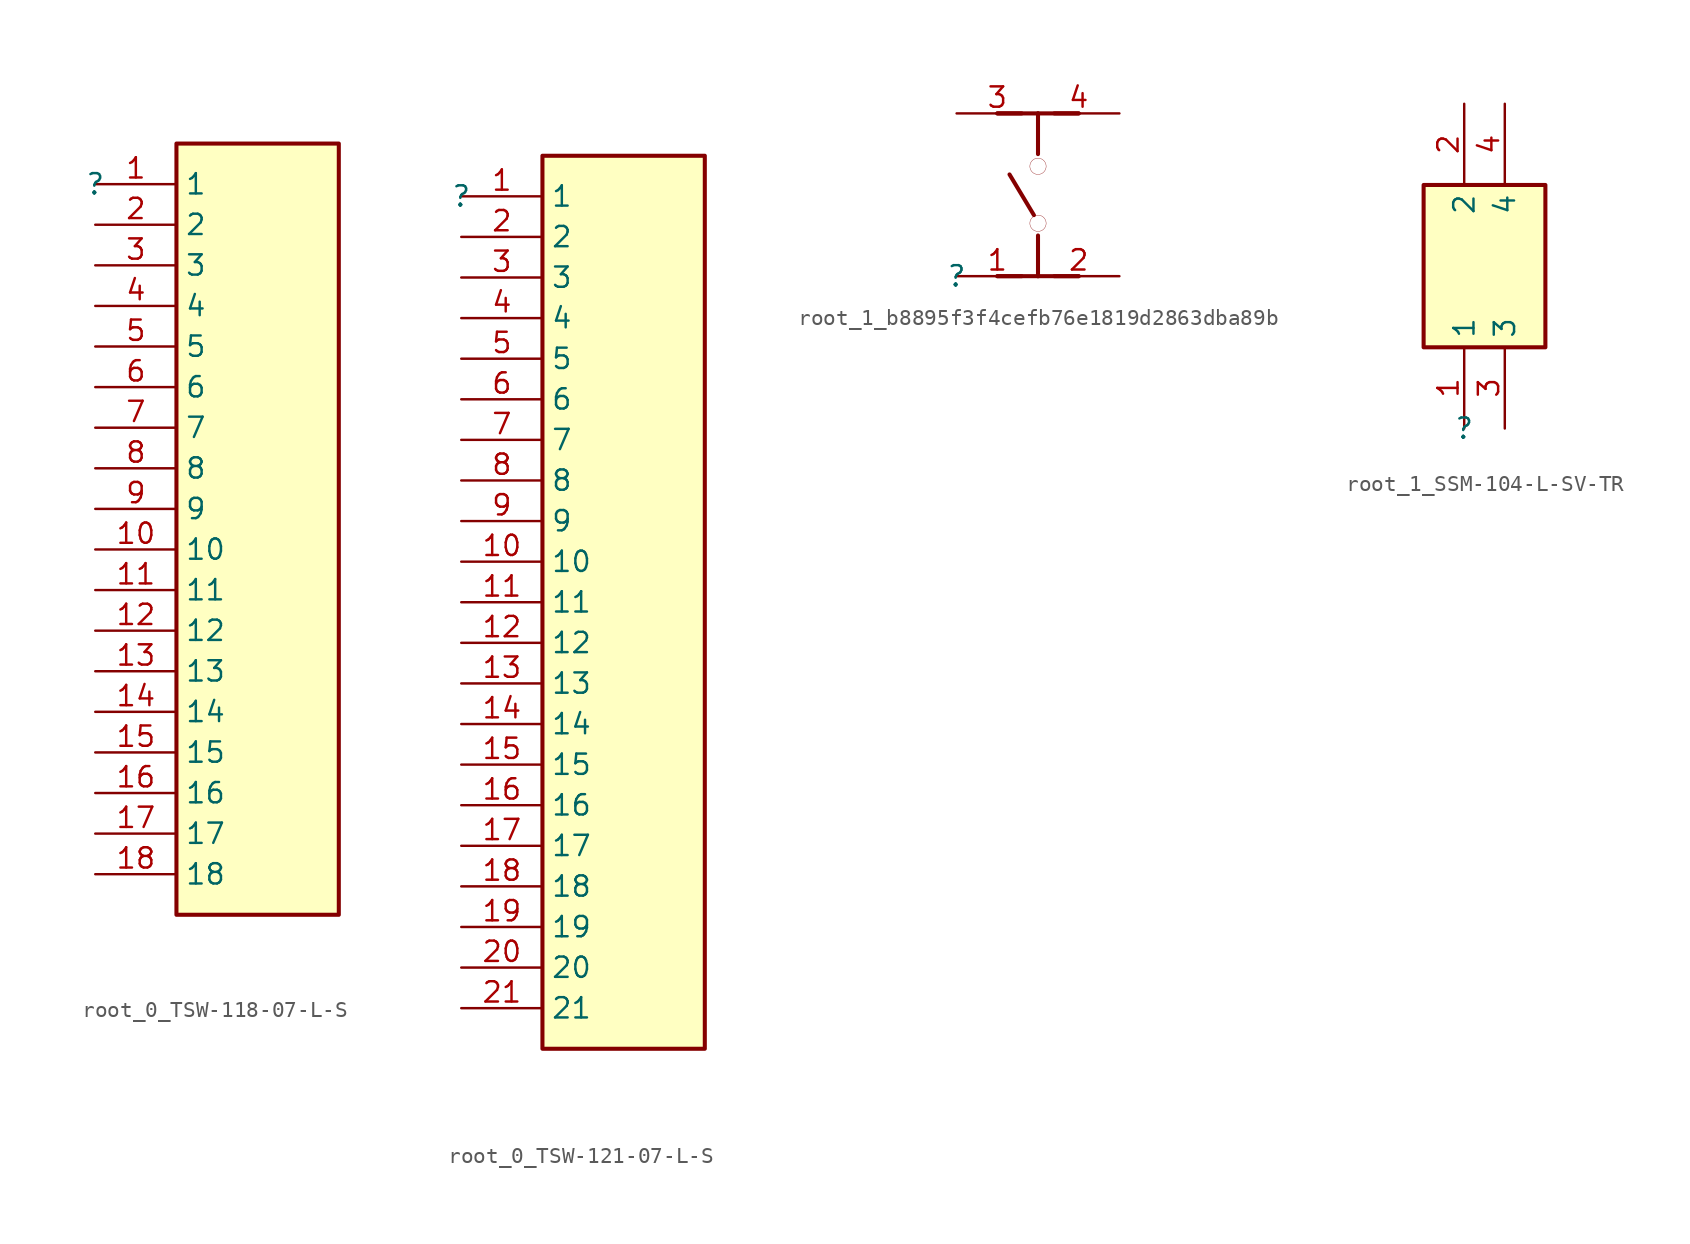
<source format=kicad_sym>
(kicad_symbol_lib
  (version 20220914)
  (generator kicad_symbol_editor)
  (symbol "root_0_TSW-118-07-L-S"
    (property "Reference" ""
      (at 0 0 0)
      (effects (font (size 1.27 1.27))))
    (property "Value" ""
      (at 0 0 0)
      (effects (font (size 1.27 1.27))))
    (symbol "root_0_TSW-118-07-L-S_1_0"
      (rectangle (start 15.24 2.54) (end 5.08 -45.72) (stroke (width 0.254) (type solid)) (fill (type background)))
      (pin passive line (at 0 0 0) (length 5.08) (name "1" (effects (font (size 1.27 1.27)))) (number "1" (effects (font (size 1.27 1.27)))))
      (pin passive line (at 0 -22.86 0) (length 5.08) (name "10" (effects (font (size 1.27 1.27)))) (number "10" (effects (font (size 1.27 1.27)))))
      (pin passive line (at 0 -25.4 0) (length 5.08) (name "11" (effects (font (size 1.27 1.27)))) (number "11" (effects (font (size 1.27 1.27)))))
      (pin passive line (at 0 -27.94 0) (length 5.08) (name "12" (effects (font (size 1.27 1.27)))) (number "12" (effects (font (size 1.27 1.27)))))
      (pin passive line (at 0 -30.48 0) (length 5.08) (name "13" (effects (font (size 1.27 1.27)))) (number "13" (effects (font (size 1.27 1.27)))))
      (pin passive line (at 0 -33.02 0) (length 5.08) (name "14" (effects (font (size 1.27 1.27)))) (number "14" (effects (font (size 1.27 1.27)))))
      (pin passive line (at 0 -35.56 0) (length 5.08) (name "15" (effects (font (size 1.27 1.27)))) (number "15" (effects (font (size 1.27 1.27)))))
      (pin passive line (at 0 -38.1 0) (length 5.08) (name "16" (effects (font (size 1.27 1.27)))) (number "16" (effects (font (size 1.27 1.27)))))
      (pin passive line (at 0 -40.64 0) (length 5.08) (name "17" (effects (font (size 1.27 1.27)))) (number "17" (effects (font (size 1.27 1.27)))))
      (pin passive line (at 0 -43.18 0) (length 5.08) (name "18" (effects (font (size 1.27 1.27)))) (number "18" (effects (font (size 1.27 1.27)))))
      (pin passive line (at 0 -2.54 0) (length 5.08) (name "2" (effects (font (size 1.27 1.27)))) (number "2" (effects (font (size 1.27 1.27)))))
      (pin passive line (at 0 -5.08 0) (length 5.08) (name "3" (effects (font (size 1.27 1.27)))) (number "3" (effects (font (size 1.27 1.27)))))
      (pin passive line (at 0 -7.62 0) (length 5.08) (name "4" (effects (font (size 1.27 1.27)))) (number "4" (effects (font (size 1.27 1.27)))))
      (pin passive line (at 0 -10.16 0) (length 5.08) (name "5" (effects (font (size 1.27 1.27)))) (number "5" (effects (font (size 1.27 1.27)))))
      (pin passive line (at 0 -12.7 0) (length 5.08) (name "6" (effects (font (size 1.27 1.27)))) (number "6" (effects (font (size 1.27 1.27)))))
      (pin passive line (at 0 -15.24 0) (length 5.08) (name "7" (effects (font (size 1.27 1.27)))) (number "7" (effects (font (size 1.27 1.27)))))
      (pin passive line (at 0 -17.78 0) (length 5.08) (name "8" (effects (font (size 1.27 1.27)))) (number "8" (effects (font (size 1.27 1.27)))))
      (pin passive line (at 0 -20.32 0) (length 5.08) (name "9" (effects (font (size 1.27 1.27)))) (number "9" (effects (font (size 1.27 1.27)))))))
  (symbol "root_0_TSW-121-07-L-S"
    (property "Reference" ""
      (at 0 0 0)
      (effects (font (size 1.27 1.27))))
    (property "Value" ""
      (at 0 0 0)
      (effects (font (size 1.27 1.27))))
    (symbol "root_0_TSW-121-07-L-S_1_0"
      (rectangle (start 15.24 2.54) (end 5.08 -53.34) (stroke (width 0.254) (type solid)) (fill (type background)))
      (pin passive line (at 0 0 0) (length 5.08) (name "1" (effects (font (size 1.27 1.27)))) (number "1" (effects (font (size 1.27 1.27)))))
      (pin passive line (at 0 -22.86 0) (length 5.08) (name "10" (effects (font (size 1.27 1.27)))) (number "10" (effects (font (size 1.27 1.27)))))
      (pin passive line (at 0 -25.4 0) (length 5.08) (name "11" (effects (font (size 1.27 1.27)))) (number "11" (effects (font (size 1.27 1.27)))))
      (pin passive line (at 0 -27.94 0) (length 5.08) (name "12" (effects (font (size 1.27 1.27)))) (number "12" (effects (font (size 1.27 1.27)))))
      (pin passive line (at 0 -30.48 0) (length 5.08) (name "13" (effects (font (size 1.27 1.27)))) (number "13" (effects (font (size 1.27 1.27)))))
      (pin passive line (at 0 -33.02 0) (length 5.08) (name "14" (effects (font (size 1.27 1.27)))) (number "14" (effects (font (size 1.27 1.27)))))
      (pin passive line (at 0 -35.56 0) (length 5.08) (name "15" (effects (font (size 1.27 1.27)))) (number "15" (effects (font (size 1.27 1.27)))))
      (pin passive line (at 0 -38.1 0) (length 5.08) (name "16" (effects (font (size 1.27 1.27)))) (number "16" (effects (font (size 1.27 1.27)))))
      (pin passive line (at 0 -40.64 0) (length 5.08) (name "17" (effects (font (size 1.27 1.27)))) (number "17" (effects (font (size 1.27 1.27)))))
      (pin passive line (at 0 -43.18 0) (length 5.08) (name "18" (effects (font (size 1.27 1.27)))) (number "18" (effects (font (size 1.27 1.27)))))
      (pin passive line (at 0 -45.72 0) (length 5.08) (name "19" (effects (font (size 1.27 1.27)))) (number "19" (effects (font (size 1.27 1.27)))))
      (pin passive line (at 0 -2.54 0) (length 5.08) (name "2" (effects (font (size 1.27 1.27)))) (number "2" (effects (font (size 1.27 1.27)))))
      (pin passive line (at 0 -48.26 0) (length 5.08) (name "20" (effects (font (size 1.27 1.27)))) (number "20" (effects (font (size 1.27 1.27)))))
      (pin passive line (at 0 -50.8 0) (length 5.08) (name "21" (effects (font (size 1.27 1.27)))) (number "21" (effects (font (size 1.27 1.27)))))
      (pin passive line (at 0 -5.08 0) (length 5.08) (name "3" (effects (font (size 1.27 1.27)))) (number "3" (effects (font (size 1.27 1.27)))))
      (pin passive line (at 0 -7.62 0) (length 5.08) (name "4" (effects (font (size 1.27 1.27)))) (number "4" (effects (font (size 1.27 1.27)))))
      (pin passive line (at 0 -10.16 0) (length 5.08) (name "5" (effects (font (size 1.27 1.27)))) (number "5" (effects (font (size 1.27 1.27)))))
      (pin passive line (at 0 -12.7 0) (length 5.08) (name "6" (effects (font (size 1.27 1.27)))) (number "6" (effects (font (size 1.27 1.27)))))
      (pin passive line (at 0 -15.24 0) (length 5.08) (name "7" (effects (font (size 1.27 1.27)))) (number "7" (effects (font (size 1.27 1.27)))))
      (pin passive line (at 0 -17.78 0) (length 5.08) (name "8" (effects (font (size 1.27 1.27)))) (number "8" (effects (font (size 1.27 1.27)))))
      (pin passive line (at 0 -20.32 0) (length 5.08) (name "9" (effects (font (size 1.27 1.27)))) (number "9" (effects (font (size 1.27 1.27)))))))
  (symbol "root_1_b8895f3f4cefb76e1819d2863dba89b"
    (property "Reference" ""
      (at 0 0 0)
      (effects (font (size 1.27 1.27))))
    (property "Value" ""
      (at 0 0 0)
      (effects (font (size 1.27 1.27))))
    (symbol "root_1_b8895f3f4cefb76e1819d2863dba89b_1_0"
      (polyline (pts (xy 2.54 0) (xy 4.064 0)) (stroke (width 0.254) (type solid)) (fill (type none)))
      (polyline (pts (xy 2.54 0) (xy 5.08 0)) (stroke (width 0.254) (type solid)) (fill (type none)))
      (polyline (pts (xy 2.54 10.16) (xy 4.064 10.16)) (stroke (width 0.254) (type solid)) (fill (type none)))
      (polyline (pts (xy 2.54 10.16) (xy 5.08 10.16)) (stroke (width 0.254) (type solid)) (fill (type none)))
      (polyline (pts (xy 4.826 3.81) (xy 3.302 6.35)) (stroke (width 0.254) (type solid)) (fill (type none)))
      (polyline (pts (xy 5.08 0) (xy 5.08 2.54)) (stroke (width 0.254) (type solid)) (fill (type none)))
      (polyline (pts (xy 5.08 10.16) (xy 5.08 7.62)) (stroke (width 0.254) (type solid)) (fill (type none)))
      (polyline (pts (xy 7.62 0) (xy 5.08 0)) (stroke (width 0.254) (type solid)) (fill (type none)))
      (polyline (pts (xy 7.62 0) (xy 6.096 0)) (stroke (width 0.254) (type solid)) (fill (type none)))
      (polyline (pts (xy 7.62 10.16) (xy 5.08 10.16)) (stroke (width 0.254) (type solid)) (fill (type none)))
      (polyline (pts (xy 7.62 10.16) (xy 6.096 10.16)) (stroke (width 0.254) (type solid)) (fill (type none)))
      (circle (center 5.08 3.302) (radius 0.508) (stroke (width 0.0001) (type solid)) (fill (type none)))
      (circle (center 5.08 6.858) (radius 0.508) (stroke (width 0.0001) (type solid)) (fill (type none)))
      (pin passive line (at 0 0 0) (length 5.08) (name "1" (effects (font (size 0 0)))) (number "1" (effects (font (size 1.27 1.27)))))
      (pin passive line (at 10.16 0 180) (length 5.08) (name "2" (effects (font (size 0 0)))) (number "2" (effects (font (size 1.27 1.27)))))
      (pin passive line (at 0 10.16 0) (length 5.08) (name "3" (effects (font (size 0 0)))) (number "3" (effects (font (size 1.27 1.27)))))
      (pin passive line (at 10.16 10.16 180) (length 5.08) (name "4" (effects (font (size 0 0)))) (number "4" (effects (font (size 1.27 1.27)))))))
  (symbol "root_1_SSM-104-L-SV-TR"
    (property "Reference" ""
      (at 0 0 0)
      (effects (font (size 1.27 1.27))))
    (property "Value" ""
      (at 0 0 0)
      (effects (font (size 1.27 1.27))))
    (symbol "root_1_SSM-104-L-SV-TR_1_0"
      (rectangle (start 5.08 15.24) (end -2.54 5.08) (stroke (width 0.254) (type solid)) (fill (type background)))
      (pin passive line (at 0 0 90) (length 5.08) (name "1" (effects (font (size 1.27 1.27)))) (number "1" (effects (font (size 1.27 1.27)))))
      (pin passive line (at 0 20.32 270) (length 5.08) (name "2" (effects (font (size 1.27 1.27)))) (number "2" (effects (font (size 1.27 1.27)))))
      (pin passive line (at 2.54 0 90) (length 5.08) (name "3" (effects (font (size 1.27 1.27)))) (number "3" (effects (font (size 1.27 1.27)))))
      (pin passive line (at 2.54 20.32 270) (length 5.08) (name "4" (effects (font (size 1.27 1.27)))) (number "4" (effects (font (size 1.27 1.27))))))))
</source>
